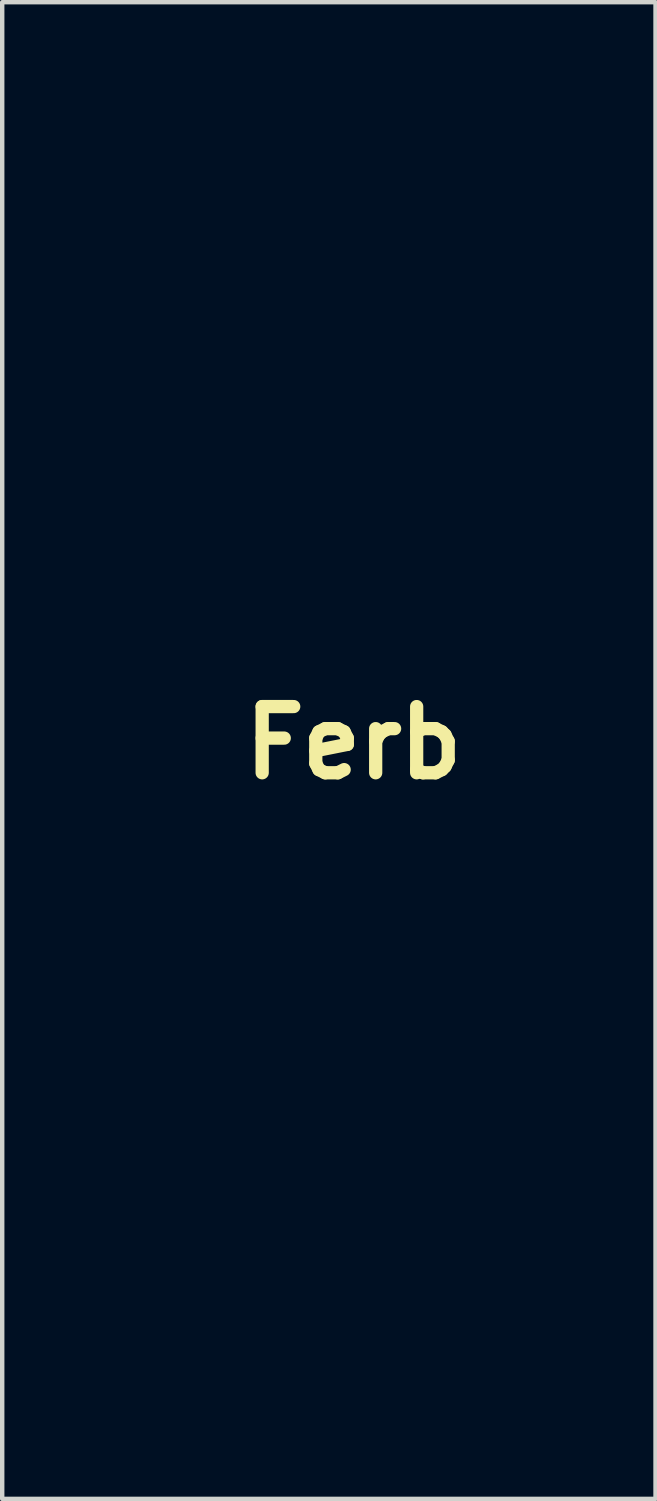
<source format=kicad_pcb>
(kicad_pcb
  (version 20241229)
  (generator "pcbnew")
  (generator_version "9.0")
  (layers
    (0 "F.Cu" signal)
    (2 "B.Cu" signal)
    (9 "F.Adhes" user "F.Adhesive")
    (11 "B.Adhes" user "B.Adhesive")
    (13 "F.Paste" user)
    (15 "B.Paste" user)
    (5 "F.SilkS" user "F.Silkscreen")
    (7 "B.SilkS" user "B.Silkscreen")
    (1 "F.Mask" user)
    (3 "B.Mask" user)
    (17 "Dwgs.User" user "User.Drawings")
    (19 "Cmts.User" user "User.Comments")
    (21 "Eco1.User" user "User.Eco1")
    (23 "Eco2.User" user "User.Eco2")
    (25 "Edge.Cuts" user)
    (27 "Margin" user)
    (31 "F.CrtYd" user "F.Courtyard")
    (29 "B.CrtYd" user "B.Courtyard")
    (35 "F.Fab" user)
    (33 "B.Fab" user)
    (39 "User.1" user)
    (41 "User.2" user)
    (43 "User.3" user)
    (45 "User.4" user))
  (footprint "Ferb"
    (layer "F.Cu")
    (at 4.961 13.779)
    (property "Reference" "Ferb" (at 0 0 0) (layer "F.SilkS") (effects (font (size 1.5 1.5) (thickness 0.3))))
    (attr board_only exclude_from_pos_files exclude_from_bom)
    (fp_poly (pts (xy -0.847 -6.477) (xy -0.889 -6.435) (xy -0.931 -6.477) (xy -0.889 -6.519)) (stroke (width 0) (type solid)) (fill yes) (layer "F.Mask"))
    (fp_poly (pts (xy 0.433 -7.923) (xy 0.542 -7.807) (xy 0.528 -7.628) (xy 0.398 -7.432) (xy 0.206 -7.392) (xy 0.106 -7.422) (xy 0.024 -7.53) (xy 0 -7.668) (xy 0.029 -7.761) (xy 0.282 -7.761) (xy 0.294 -7.711) (xy 0.339 -7.705) (xy 0.408 -7.736) (xy 0.395 -7.761) (xy 0.295 -7.771) (xy 0.282 -7.761) (xy 0.029 -7.761) (xy 0.054 -7.841) (xy 0.221 -7.926)) (stroke (width 0) (type solid)) (fill yes) (layer "F.Mask"))
    (fp_poly (pts (xy 2.088 -5.502) (xy 2.106 -5.391) (xy 2.124 -5.233) (xy 2.155 -5.142) (xy 2.16 -4.947) (xy 2.116 -4.867) (xy 1.998 -4.784) (xy 1.855 -4.744) (xy 1.747 -4.754) (xy 1.732 -4.82) (xy 1.736 -4.826) (xy 1.858 -4.904) (xy 1.91 -4.911) (xy 2.019 -4.959) (xy 2.008 -5.058) (xy 1.903 -5.135) (xy 1.82 -5.204) (xy 1.872 -5.303) (xy 1.922 -5.387) (xy 1.837 -5.379) (xy 1.811 -5.371) (xy 1.701 -5.341) (xy 1.723 -5.377) (xy 1.812 -5.451) (xy 1.978 -5.536)) (stroke (width 0) (type solid)) (fill yes) (layer "F.Mask"))
    (fp_poly (pts (xy -0.734 -13.752) (xy 0.093 -13.569) (xy 0.77 -13.288) (xy 1.287 -13.028) (xy 1.581 -13.372) (xy 1.794 -13.589) (xy 1.963 -13.702) (xy 2.066 -13.705) (xy 2.084 -13.592) (xy 2.067 -13.525) (xy 1.981 -13.223) (xy 1.927 -12.963) (xy 1.912 -12.791) (xy 1.924 -12.752) (xy 2.024 -12.748) (xy 2.173 -12.79) (xy 2.438 -12.847) (xy 2.762 -12.856) (xy 3.098 -12.824) (xy 3.399 -12.757) (xy 3.616 -12.662) (xy 3.699 -12.57) (xy 3.643 -12.498) (xy 3.469 -12.417) (xy 3.36 -12.383) (xy 3.087 -12.287) (xy 2.857 -12.167) (xy 2.81 -12.133) (xy 2.627 -11.98) (xy 2.923 -11.543) (xy 3.085 -11.271) (xy 3.212 -11.002) (xy 3.289 -10.772) (xy 3.302 -10.622) (xy 3.263 -10.583) (xy 3.169 -10.634) (xy 2.995 -10.765) (xy 2.854 -10.881) (xy 2.629 -11.054) (xy 2.497 -11.104) (xy 2.451 -11.072) (xy 2.418 -10.942) (xy 2.373 -10.668) (xy 2.319 -10.276) (xy 2.259 -9.792) (xy 2.196 -9.24) (xy 2.132 -8.645) (xy 2.072 -8.034) (xy 2.017 -7.43) (xy 2.003 -7.263) (xy 1.899 -6.017) (xy 2.126 -5.967) (xy 2.425 -5.828) (xy 2.603 -5.572) (xy 2.659 -5.201) (xy 2.659 -5.192) (xy 2.586 -4.822) (xy 2.399 -4.55) (xy 2.12 -4.399) (xy 1.915 -4.377) (xy 1.623 -4.385) (xy 1.567 -3.569) (xy 1.538 -3.172) (xy 1.497 -2.666) (xy 1.45 -2.113) (xy 1.402 -1.571) (xy 1.393 -1.482) (xy 1.349 -0.961) (xy 1.309 -0.43) (xy 1.279 0.057) (xy 1.261 0.443) (xy 1.259 0.508) (xy 1.243 1.228) (xy 1.553 1.254) (xy 1.783 1.299) (xy 1.857 1.378) (xy 1.768 1.482) (xy 1.725 1.508) (xy 1.636 1.579) (xy 1.633 1.667) (xy 1.729 1.795) (xy 1.94 1.986) (xy 2.108 2.125) (xy 2.364 2.36) (xy 2.634 2.651) (xy 2.89 2.961) (xy 3.104 3.256) (xy 3.249 3.499) (xy 3.296 3.642) (xy 3.255 3.787) (xy 3.143 3.999) (xy 3.089 4.085) (xy 2.875 4.398) (xy 3.05 4.917) (xy 3.148 5.258) (xy 3.247 5.684) (xy 3.327 6.11) (xy 3.337 6.168) (xy 3.414 6.584) (xy 3.516 7.011) (xy 3.623 7.366) (xy 3.639 7.408) (xy 3.759 7.782) (xy 3.827 8.103) (xy 3.84 8.343) (xy 3.794 8.473) (xy 3.739 8.485) (xy 3.63 8.535) (xy 3.583 8.628) (xy 3.494 8.812) (xy 3.382 8.853) (xy 3.268 8.77) (xy 3.178 8.584) (xy 3.134 8.312) (xy 3.133 8.256) (xy 3.113 8.06) (xy 3.061 7.996) (xy 3.048 8.001) (xy 2.985 8.116) (xy 2.963 8.285) (xy 2.908 8.541) (xy 2.759 8.694) (xy 2.639 8.721) (xy 2.577 8.691) (xy 2.551 8.581) (xy 2.556 8.359) (xy 2.577 8.127) (xy 2.635 7.534) (xy 2.416 7.634) (xy 2.2 7.687) (xy 2.112 7.649) (xy 2.063 7.502) (xy 2.245 7.502) (xy 2.344 7.513) (xy 2.469 7.49) (xy 2.736 7.431) (xy 2.683 7.991) (xy 2.67 8.285) (xy 2.688 8.483) (xy 2.728 8.565) (xy 2.782 8.514) (xy 2.839 8.319) (xy 2.898 8.054) (xy 2.952 7.832) (xy 3.016 7.578) (xy 3.159 7.849) (xy 3.26 8.129) (xy 3.302 8.42) (xy 3.328 8.625) (xy 3.389 8.721) (xy 3.462 8.684) (xy 3.493 8.615) (xy 3.496 8.477) (xy 3.463 8.239) (xy 3.427 8.067) (xy 3.38 7.796) (xy 3.39 7.682) (xy 3.444 7.726) (xy 3.529 7.929) (xy 3.567 8.047) (xy 3.645 8.255) (xy 3.719 8.372) (xy 3.739 8.382) (xy 3.803 8.323) (xy 3.773 8.139) (xy 3.649 7.824) (xy 3.639 7.801) (xy 3.452 7.3) (xy 3.293 6.698) (xy 3.178 6.064) (xy 3.171 6.011) (xy 3.112 5.688) (xy 3.014 5.293) (xy 2.903 4.924) (xy 2.8 4.61) (xy 2.749 4.413) (xy 2.747 4.29) (xy 2.792 4.198) (xy 2.859 4.12) (xy 3.022 3.923) (xy 3.082 3.819) (xy 3.042 3.823) (xy 2.902 3.947) (xy 2.846 4.005) (xy 2.62 4.282) (xy 2.543 4.481) (xy 2.612 4.606) (xy 2.613 4.607) (xy 2.676 4.721) (xy 2.743 4.968) (xy 2.808 5.309) (xy 2.863 5.709) (xy 2.903 6.129) (xy 2.911 6.249) (xy 2.923 6.581) (xy 2.909 6.791) (xy 2.86 6.926) (xy 2.77 7.032) (xy 2.587 7.171) (xy 2.448 7.241) (xy 2.295 7.348) (xy 2.252 7.418) (xy 2.245 7.502) (xy 2.063 7.502) (xy 2.062 7.497) (xy 2.174 7.309) (xy 2.446 7.086) (xy 2.474 7.068) (xy 2.818 6.84) (xy 2.764 6.108) (xy 2.729 5.726) (xy 2.681 5.368) (xy 2.632 5.099) (xy 2.62 5.053) (xy 2.55 4.848) (xy 2.467 4.768) (xy 2.321 4.776) (xy 2.279 4.785) (xy 2.113 4.804) (xy 2.007 4.744) (xy 1.933 4.614) (xy 2.286 4.614) (xy 2.328 4.657) (xy 2.371 4.614) (xy 2.328 4.572) (xy 2.286 4.614) (xy 1.933 4.614) (xy 1.907 4.568) (xy 1.882 4.516) (xy 1.841 4.429) (xy 1.808 4.383) (xy 1.782 4.391) (xy 1.762 4.469) (xy 1.746 4.633) (xy 1.732 4.897) (xy 1.721 5.278) (xy 1.711 5.79) (xy 1.699 6.449) (xy 1.693 6.816) (xy 1.68 7.57) (xy 1.667 8.173) (xy 1.652 8.646) (xy 1.634 9.006) (xy 1.612 9.274) (xy 1.585 9.468) (xy 1.552 9.608) (xy 1.511 9.712) (xy 1.504 9.725) (xy 1.433 9.899) (xy 1.396 10.1) (xy 1.389 10.374) (xy 1.409 10.769) (xy 1.41 10.784) (xy 1.441 11.136) (xy 1.481 11.428) (xy 1.522 11.616) (xy 1.539 11.655) (xy 1.578 11.804) (xy 1.561 11.972) (xy 1.476 12.14) (xy 1.302 12.191) (xy 1.27 12.192) (xy 1.082 12.23) (xy 0.976 12.362) (xy 0.934 12.619) (xy 0.931 12.749) (xy 0.94 12.926) (xy 0.995 13.011) (xy 1.143 13.037) (xy 1.318 13.039) (xy 1.675 13.077) (xy 2.027 13.179) (xy 2.328 13.325) (xy 2.534 13.495) (xy 2.594 13.607) (xy 2.606 13.818) (xy 2.508 13.963) (xy 2.283 14.051) (xy 1.916 14.089) (xy 1.669 14.092) (xy 1.214 14.072) (xy 0.865 14.011) (xy 0.572 13.906) (xy 0.325 13.773) (xy 0.198 13.627) (xy 0.196 13.612) (xy 0.387 13.612) (xy 0.398 13.64) (xy 0.581 13.744) (xy 0.879 13.836) (xy 1.244 13.908) (xy 1.626 13.955) (xy 1.975 13.968) (xy 2.241 13.943) (xy 2.341 13.905) (xy 2.31 13.876) (xy 2.142 13.852) (xy 1.869 13.837) (xy 1.749 13.834) (xy 1.273 13.805) (xy 0.863 13.737) (xy 0.791 13.716) (xy 1.74 13.716) (xy 2.051 13.716) (xy 2.267 13.696) (xy 2.401 13.647) (xy 2.41 13.636) (xy 2.385 13.541) (xy 2.278 13.458) (xy 2.123 13.408) (xy 1.984 13.476) (xy 1.918 13.538) (xy 1.74 13.716) (xy 0.791 13.716) (xy 0.678 13.683) (xy 0.478 13.618) (xy 0.387 13.612) (xy 0.196 13.612) (xy 0.178 13.425) (xy 0.218 13.267) (xy 0.433 13.267) (xy 0.512 13.281) (xy 0.628 13.241) (xy 0.745 13.133) (xy 0.762 13.066) (xy 0.709 12.975) (xy 0.592 12.978) (xy 0.48 13.059) (xy 0.439 13.145) (xy 0.433 13.267) (xy 0.218 13.267) (xy 0.253 13.129) (xy 0.299 12.996) (xy 0.362 12.765) (xy 0.531 12.765) (xy 0.644 12.771) (xy 0.776 12.675) (xy 0.831 12.466) (xy 0.827 12.267) (xy 0.754 12.194) (xy 0.725 12.192) (xy 0.616 12.262) (xy 0.593 12.354) (xy 0.564 12.573) (xy 0.538 12.659) (xy 0.531 12.765) (xy 0.362 12.765) (xy 0.398 12.635) (xy 0.412 12.357) (xy 0.341 12.189) (xy 0.296 12.161) (xy 0.208 12.054) (xy 0.172 11.87) (xy 0.19 11.686) (xy 0.267 11.581) (xy 0.27 11.58) (xy 0.326 11.484) (xy 0.371 11.273) (xy 0.4 11) (xy 0.41 10.718) (xy 0.396 10.483) (xy 0.359 10.351) (xy 0.238 10.282) (xy 0.013 10.226) (xy -0.26 10.188) (xy -0.524 10.176) (xy -0.723 10.193) (xy -0.795 10.23) (xy -0.834 10.357) (xy -0.88 10.599) (xy -0.92 10.884) (xy -0.95 11.203) (xy -0.944 11.389) (xy -0.898 11.477) (xy -0.875 11.489) (xy -0.786 11.601) (xy -0.764 11.789) (xy -0.804 11.975) (xy -0.899 12.08) (xy -0.983 12.151) (xy -1.004 12.304) (xy -0.985 12.503) (xy -0.925 12.794) (xy -0.84 13.055) (xy -0.817 13.104) (xy -0.74 13.311) (xy -0.768 13.467) (xy -0.92 13.609) (xy -1.172 13.75) (xy -1.656 13.944) (xy -2.185 14.073) (xy -2.702 14.128) (xy -3.149 14.101) (xy -3.238 14.081) (xy -3.376 13.97) (xy -3.409 13.879) (xy -3.261 13.879) (xy -3.257 13.89) (xy -3.14 13.942) (xy -2.904 13.965) (xy -2.597 13.961) (xy -2.266 13.932) (xy -1.958 13.877) (xy -1.85 13.849) (xy -1.484 13.721) (xy -1.172 13.58) (xy -0.956 13.447) (xy -0.89 13.379) (xy -0.928 13.367) (xy -1.079 13.421) (xy -1.245 13.498) (xy -1.641 13.658) (xy -2.094 13.782) (xy -2.54 13.856) (xy -2.917 13.869) (xy -3.008 13.859) (xy -3.198 13.845) (xy -3.261 13.879) (xy -3.409 13.879) (xy -3.447 13.775) (xy -3.437 13.66) (xy -3.245 13.66) (xy -3.141 13.693) (xy -2.952 13.712) (xy -2.744 13.715) (xy -2.586 13.7) (xy -2.54 13.676) (xy -2.603 13.606) (xy -2.748 13.499) (xy -2.917 13.412) (xy -3.047 13.432) (xy -3.128 13.483) (xy -3.239 13.593) (xy -3.245 13.66) (xy -3.437 13.66) (xy -3.43 13.576) (xy -3.393 13.513) (xy -3.206 13.371) (xy -2.901 13.229) (xy -2.527 13.104) (xy -2.137 13.015) (xy -1.986 12.994) (xy -1.633 12.954) (xy -1.27 12.954) (xy -1.201 13.029) (xy -1.143 13.039) (xy -1.03 12.993) (xy -1.016 12.954) (xy -1.085 12.879) (xy -1.143 12.869) (xy -1.256 12.915) (xy -1.27 12.954) (xy -1.633 12.954) (xy -1.476 12.936) (xy -1.521 12.543) (xy -1.558 12.302) (xy -1.589 12.242) (xy -1.417 12.242) (xy -1.406 12.326) (xy -1.359 12.517) (xy -1.355 12.58) (xy -1.286 12.684) (xy -1.219 12.7) (xy -1.123 12.65) (xy -1.134 12.566) (xy -1.181 12.375) (xy -1.185 12.312) (xy -1.254 12.208) (xy -1.321 12.192) (xy -1.417 12.242) (xy -1.589 12.242) (xy -1.619 12.183) (xy -1.743 12.135) (xy -1.841 12.123) (xy -2.029 12.087) (xy -2.104 11.991) (xy -2.117 11.811) (xy -2.094 11.602) (xy -2.038 11.477) (xy -2.032 11.472) (xy -1.981 11.363) (xy -1.951 11.148) (xy -1.947 11.041) (xy -1.919 10.745) (xy -1.845 10.388) (xy -1.779 10.164) (xy -1.69 9.878) (xy -1.658 9.692) (xy -1.681 9.548) (xy -1.737 9.426) (xy -1.806 9.184) (xy -1.848 8.786) (xy -1.861 8.243) (xy -1.846 7.568) (xy -1.802 6.772) (xy -1.779 6.46) (xy -1.743 5.986) (xy -1.706 5.513) (xy -1.674 5.099) (xy -1.653 4.82) (xy -1.641 4.45) (xy -1.676 4.209) (xy -1.729 4.101) (xy -1.824 3.992) (xy -1.911 4.004) (xy -2.017 4.093) (xy -2.147 4.192) (xy -2.259 4.189) (xy -2.409 4.101) (xy -2.597 3.946) (xy -2.715 3.8) (xy -2.781 3.705) (xy -2.872 3.693) (xy -3.046 3.764) (xy -3.086 3.783) (xy -3.314 3.868) (xy -3.502 3.86) (xy -3.627 3.816) (xy -3.843 3.646) (xy -4.036 3.344) (xy -4.188 2.949) (xy -4.279 2.497) (xy -4.282 2.479) (xy -4.331 2.066) (xy -4.375 1.79) (xy -4.422 1.622) (xy -4.482 1.531) (xy -4.563 1.485) (xy -4.577 1.48) (xy -4.797 1.341) (xy -4.927 1.123) (xy -4.956 0.911) (xy -4.827 0.911) (xy -4.806 1.103) (xy -4.724 1.253) (xy -4.6 1.307) (xy -4.556 1.273) (xy -4.384 1.273) (xy -4.372 1.45) (xy -4.331 1.524) (xy -4.331 1.524) (xy -4.294 1.602) (xy -4.245 1.811) (xy -4.192 2.113) (xy -4.166 2.294) (xy -4.064 2.877) (xy -3.933 3.299) (xy -3.767 3.572) (xy -3.56 3.703) (xy -3.302 3.701) (xy -3.097 3.628) (xy -2.944 3.529) (xy -2.944 3.457) (xy -3.085 3.429) (xy -3.254 3.445) (xy -3.433 3.461) (xy -3.55 3.413) (xy -3.655 3.266) (xy -3.732 3.121) (xy -3.858 2.788) (xy -3.951 2.37) (xy -3.977 2.159) (xy -4.003 1.844) (xy -3.998 1.645) (xy -3.951 1.509) (xy -3.85 1.384) (xy -3.794 1.327) (xy -3.617 1.104) (xy -3.556 0.928) (xy -3.604 0.824) (xy -3.757 0.82) (xy -3.893 0.873) (xy -4.065 0.987) (xy -4.135 1.085) (xy -4.094 1.134) (xy -3.944 1.103) (xy -3.773 1.062) (xy -3.725 1.111) (xy -3.796 1.203) (xy -3.895 1.245) (xy -4.032 1.312) (xy -4.064 1.365) (xy -4.129 1.437) (xy -4.149 1.439) (xy -4.218 1.369) (xy -4.233 1.275) (xy -4.265 1.102) (xy -4.33 1.08) (xy -4.379 1.208) (xy -4.384 1.273) (xy -4.556 1.273) (xy -4.519 1.245) (xy -4.53 1.118) (xy -4.56 1.073) (xy -4.62 0.902) (xy -4.618 0.889) (xy -4.572 0.889) (xy -4.53 0.931) (xy -4.487 0.889) (xy -4.53 0.847) (xy -4.572 0.889) (xy -4.618 0.889) (xy -4.607 0.815) (xy -4.611 0.71) (xy -4.455 0.71) (xy -4.436 0.798) (xy -4.336 0.928) (xy -4.233 0.92) (xy -4.188 0.795) (xy -4.199 0.72) (xy -4.209 0.551) (xy -4.153 0.508) (xy -4.094 0.457) (xy -4.106 0.423) (xy -4.213 0.354) (xy -4.33 0.407) (xy -4.423 0.539) (xy -4.455 0.71) (xy -4.611 0.71) (xy -4.611 0.699) (xy -4.69 0.677) (xy -4.787 0.747) (xy -4.827 0.911) (xy -4.956 0.911) (xy -4.961 0.877) (xy -4.891 0.653) (xy -4.718 0.505) (xy -4.488 0.391) (xy -4.36 0.318) (xy -4.222 0.233) (xy -4.171 0.206) (xy -4.184 0.133) (xy -4.242 -0.039) (xy -4.253 -0.068) (xy -4.311 -0.276) (xy -4.306 -0.294) (xy -4.136 -0.294) (xy -4.117 -0.129) (xy -4.105 -0.077) (xy -4.055 0.216) (xy -4.035 0.487) (xy -4.021 0.691) (xy -3.964 0.752) (xy -3.838 0.696) (xy -3.831 0.692) (xy -3.777 0.616) (xy -3.783 0.466) (xy -3.851 0.2) (xy -3.854 0.189) (xy -3.945 -0.068) (xy -4.033 -0.246) (xy -4.102 -0.327) (xy -4.136 -0.294) (xy -4.306 -0.294) (xy -4.28 -0.403) (xy -4.245 -0.443) (xy -4.125 -0.466) (xy -3.981 -0.361) (xy -3.84 -0.161) (xy -3.727 0.1) (xy -3.675 0.317) (xy -3.626 0.55) (xy -3.567 0.702) (xy -3.546 0.726) (xy -3.473 0.86) (xy -3.497 1.074) (xy -3.607 1.317) (xy -3.694 1.437) (xy -3.822 1.608) (xy -3.879 1.767) (xy -3.881 1.983) (xy -3.861 2.178) (xy -3.797 2.527) (xy -3.699 2.876) (xy -3.644 3.018) (xy -3.54 3.236) (xy -3.453 3.329) (xy -3.338 3.328) (xy -3.236 3.296) (xy -3.062 3.207) (xy -3.018 3.079) (xy -3.023 3.044) (xy -2.777 3.044) (xy -2.774 3.216) (xy -2.687 3.437) (xy -2.657 3.497) (xy -2.47 3.818) (xy -2.313 3.98) (xy -2.178 3.99) (xy -2.146 3.969) (xy -2.046 3.825) (xy -2.032 3.757) (xy -1.962 3.662) (xy -1.865 3.641) (xy -1.705 3.569) (xy -1.572 3.408) (xy -1.485 3.258) (xy -1.451 3.25) (xy -1.443 3.365) (xy -1.421 3.484) (xy -1.33 3.54) (xy -1.125 3.556) (xy -1.061 3.556) (xy -0.81 3.572) (xy -0.665 3.638) (xy -0.57 3.772) (xy -0.456 3.988) (xy -0.335 3.762) (xy -0.275 3.658) (xy -0.203 3.594) (xy -0.083 3.562) (xy 0.119 3.555) (xy 0.44 3.567) (xy 0.609 3.575) (xy 0.985 3.591) (xy 1.22 3.593) (xy 1.341 3.576) (xy 1.376 3.536) (xy 1.353 3.469) (xy 1.348 3.458) (xy 1.309 3.327) (xy 1.351 3.302) (xy 1.446 3.372) (xy 1.589 3.553) (xy 1.751 3.806) (xy 1.907 4.089) (xy 2.005 4.3) (xy 2.127 4.591) (xy 2.312 4.34) (xy 2.502 4.121) (xy 2.74 3.893) (xy 2.794 3.848) (xy 2.978 3.699) (xy 3.099 3.603) (xy 3.12 3.587) (xy 3.091 3.514) (xy 2.977 3.348) (xy 2.806 3.123) (xy 2.606 2.873) (xy 2.403 2.633) (xy 2.225 2.436) (xy 2.147 2.358) (xy 1.9 2.155) (xy 1.63 1.969) (xy 1.615 1.96) (xy 1.324 1.787) (xy 0.793 2.084) (xy 0.262 2.381) (xy -0.057 2.088) (xy -0.377 1.795) (xy -0.743 2.058) (xy -0.974 2.21) (xy -1.125 2.264) (xy -1.244 2.236) (xy -1.266 2.223) (xy -1.365 2.189) (xy -1.501 2.21) (xy -1.705 2.296) (xy -2.01 2.458) (xy -2.108 2.513) (xy -2.461 2.723) (xy -2.678 2.889) (xy -2.777 3.044) (xy -3.023 3.044) (xy -3.028 3.003) (xy -3.023 2.841) (xy -2.903 2.738) (xy -2.825 2.706) (xy -2.627 2.618) (xy -2.345 2.476) (xy -2.049 2.316) (xy -1.515 2.019) (xy -1.901 1.68) (xy -2.105 1.488) (xy -2.219 1.362) (xy -1.99 1.362) (xy -1.573 1.736) (xy -1.349 1.918) (xy -1.165 2.033) (xy -1.065 2.055) (xy -0.941 1.972) (xy -0.752 1.835) (xy -0.712 1.805) (xy -0.527 1.679) (xy -0.4 1.612) (xy -0.384 1.609) (xy -0.286 1.66) (xy -0.115 1.79) (xy -0.029 1.863) (xy 0.157 2.015) (xy 0.291 2.106) (xy 0.32 2.117) (xy 0.417 2.075) (xy 0.616 1.966) (xy 0.877 1.811) (xy 0.911 1.79) (xy 1.442 1.464) (xy 0.869 1.41) (xy 0.559 1.389) (xy 0.135 1.373) (xy -0.349 1.362) (xy -0.835 1.359) (xy -0.847 1.359) (xy -1.99 1.362) (xy -2.219 1.362) (xy -2.245 1.334) (xy -2.286 1.263) (xy -2.209 1.222) (xy -2.009 1.194) (xy -1.778 1.185) (xy -1.27 1.185) (xy -1.27 0.169) (xy -1.27 -0.847) (xy -1.482 -0.847) (xy -1.638 -0.874) (xy -1.681 -0.969) (xy -1.612 -1.156) (xy -1.503 -1.345) (xy -1.414 -1.508) (xy -1.359 -1.677) (xy -1.332 -1.897) (xy -1.327 -2.213) (xy -1.331 -2.488) (xy -1.341 -2.949) (xy -1.361 -3.268) (xy -1.419 -3.471) (xy -1.538 -3.583) (xy -1.746 -3.631) (xy -2.066 -3.642) (xy -2.455 -3.641) (xy -2.886 -3.643) (xy -3.184 -3.653) (xy -3.385 -3.678) (xy -3.525 -3.724) (xy -3.641 -3.796) (xy -3.711 -3.853) (xy -3.935 -4.134) (xy -4.067 -4.5) (xy -4.128 -4.942) (xy -4.131 -5.415) (xy -3.983 -5.415) (xy -3.976 -4.953) (xy -3.922 -4.531) (xy -3.821 -4.19) (xy -3.671 -3.97) (xy -3.67 -3.968) (xy -3.504 -3.907) (xy -3.17 -3.856) (xy -2.668 -3.818) (xy -2.446 -3.807) (xy -2.032 -3.784) (xy -1.68 -3.755) (xy -1.424 -3.725) (xy -1.299 -3.697) (xy -1.294 -3.693) (xy -1.265 -3.587) (xy -1.237 -3.348) (xy -1.213 -3.013) (xy -1.198 -2.662) (xy -1.187 -2.23) (xy -1.192 -1.928) (xy -1.215 -1.717) (xy -1.262 -1.556) (xy -1.338 -1.406) (xy -1.346 -1.393) (xy -1.479 -1.146) (xy -1.504 -1.006) (xy -1.413 -0.942) (xy -1.206 -0.925) (xy -1.031 -0.911) (xy -0.979 -0.885) (xy -0.995 -0.875) (xy -1.044 -0.798) (xy -1.077 -0.601) (xy -1.096 -0.269) (xy -1.101 0.174) (xy -1.101 1.18) (xy -0.148 1.207) (xy 0.243 1.219) (xy 0.574 1.232) (xy 0.808 1.244) (xy 0.901 1.252) (xy 1.01 1.201) (xy 1.049 1.136) (xy 1.076 0.986) (xy 1.094 0.725) (xy 1.101 0.428) (xy 1.109 0.13) (xy 1.132 -0.286) (xy 1.167 -0.772) (xy 1.21 -1.277) (xy 1.223 -1.406) (xy 1.305 -2.273) (xy 1.371 -3.016) (xy 1.421 -3.626) (xy 1.453 -4.093) (xy 1.468 -4.408) (xy 1.467 -4.541) (xy 1.469 -4.659) (xy 1.533 -4.674) (xy 1.696 -4.6) (xy 1.974 -4.538) (xy 2.222 -4.613) (xy 2.416 -4.792) (xy 2.53 -5.045) (xy 2.541 -5.34) (xy 2.458 -5.584) (xy 2.29 -5.738) (xy 2.045 -5.805) (xy 1.797 -5.766) (xy 1.769 -5.753) (xy 1.597 -5.696) (xy 1.539 -5.75) (xy 1.615 -5.893) (xy 1.625 -5.905) (xy 1.684 -6.03) (xy 1.738 -6.272) (xy 1.788 -6.645) (xy 1.837 -7.165) (xy 1.856 -7.408) (xy 1.9 -7.951) (xy 1.952 -8.51) (xy 2.006 -9.03) (xy 2.056 -9.456) (xy 2.071 -9.567) (xy 2.151 -10.137) (xy 2.207 -10.561) (xy 2.241 -10.862) (xy 2.254 -11.062) (xy 2.249 -11.184) (xy 2.225 -11.249) (xy 2.184 -11.281) (xy 2.172 -11.286) (xy 2.1 -11.279) (xy 2.078 -11.159) (xy 2.089 -10.979) (xy 2.091 -10.726) (xy 2.053 -10.532) (xy 2.036 -10.499) (xy 1.962 -10.436) (xy 1.87 -10.483) (xy 1.746 -10.626) (xy 1.505 -10.93) (xy 1.342 -11.124) (xy 1.223 -11.229) (xy 1.117 -11.262) (xy 0.991 -11.245) (xy 0.813 -11.196) (xy 0.796 -11.192) (xy 0.509 -11.085) (xy 0.167 -10.915) (xy -0.115 -10.746) (xy -0.433 -10.554) (xy -0.639 -10.483) (xy -0.739 -10.534) (xy -0.742 -10.711) (xy -0.697 -10.887) (xy -0.603 -11.195) (xy -0.847 -11.146) (xy -1.102 -11.077) (xy -1.373 -10.98) (xy -1.375 -10.979) (xy -1.554 -10.89) (xy -1.628 -10.782) (xy -1.631 -10.59) (xy -1.624 -10.511) (xy -1.588 -10.307) (xy -1.537 -10.207) (xy -1.517 -10.207) (xy -1.391 -10.223) (xy -1.177 -10.202) (xy -1.132 -10.195) (xy -0.818 -10.07) (xy -0.5 -9.839) (xy -0.235 -9.553) (xy -0.09 -9.287) (xy -0.003 -9.101) (xy 0.133 -9.025) (xy 0.299 -9.011) (xy 0.657 -8.924) (xy 0.984 -8.705) (xy 1.244 -8.389) (xy 1.396 -8.013) (xy 1.407 -7.954) (xy 1.401 -7.479) (xy 1.24 -7.012) (xy 0.933 -6.585) (xy 0.892 -6.542) (xy 0.664 -6.332) (xy 0.482 -6.223) (xy 0.284 -6.184) (xy 0.172 -6.181) (xy -0.301 -6.254) (xy -0.688 -6.471) (xy -0.921 -6.731) (xy -1.122 -7.027) (xy -2.243 -7.027) (xy -2.709 -7.025) (xy -3.039 -7.014) (xy -3.264 -6.991) (xy -3.417 -6.952) (xy -3.531 -6.893) (xy -3.58 -6.857) (xy -3.744 -6.639) (xy -3.866 -6.298) (xy -3.947 -5.877) (xy -3.983 -5.415) (xy -4.131 -5.415) (xy -4.131 -5.456) (xy -4.081 -5.975) (xy -3.982 -6.433) (xy -3.911 -6.629) (xy -3.778 -6.881) (xy -3.63 -7.022) (xy -3.415 -7.105) (xy -3.157 -7.165) (xy -2.94 -7.195) (xy -2.912 -7.196) (xy -2.812 -7.206) (xy -2.774 -7.26) (xy -2.79 -7.4) (xy -2.85 -7.641) (xy -2.891 -7.984) (xy -2.76 -7.984) (xy -2.75 -7.923) (xy -2.679 -7.595) (xy -2.597 -7.389) (xy -2.466 -7.274) (xy -2.249 -7.223) (xy -1.908 -7.206) (xy -1.822 -7.204) (xy -1.477 -7.199) (xy -1.271 -7.208) (xy -1.171 -7.238) (xy -1.146 -7.294) (xy -1.156 -7.349) (xy -1.209 -7.423) (xy -0.931 -7.423) (xy -0.917 -7.16) (xy -0.851 -6.971) (xy -0.701 -6.779) (xy -0.603 -6.679) (xy -0.378 -6.477) (xy -0.187 -6.379) (xy 0.039 -6.35) (xy 0.074 -6.35) (xy 0.331 -6.378) (xy 0.552 -6.485) (xy 0.751 -6.646) (xy 1.056 -7.017) (xy 1.217 -7.431) (xy 1.233 -7.856) (xy 1.102 -8.261) (xy 0.853 -8.588) (xy 0.537 -8.78) (xy 0.158 -8.831) (xy -0.244 -8.737) (xy -0.303 -8.711) (xy -0.546 -8.514) (xy -0.748 -8.197) (xy -0.884 -7.81) (xy -0.931 -7.423) (xy -1.209 -7.423) (xy -1.241 -7.467) (xy -1.402 -7.47) (xy -1.59 -7.492) (xy -1.672 -7.624) (xy -1.629 -7.832) (xy -1.355 -7.832) (xy -1.312 -7.789) (xy -1.27 -7.832) (xy -1.312 -7.874) (xy -1.355 -7.832) (xy -1.629 -7.832) (xy -1.629 -7.834) (xy -1.612 -7.867) (xy -1.492 -7.99) (xy -1.339 -8.041) (xy -1.216 -8.013) (xy -1.182 -7.938) (xy -1.146 -7.936) (xy -1.061 -8.056) (xy -1.02 -8.13) (xy -0.849 -8.398) (xy -0.644 -8.641) (xy -0.445 -8.818) (xy -0.289 -8.89) (xy -0.285 -8.89) (xy -0.186 -8.941) (xy -0.193 -9.076) (xy -0.284 -9.264) (xy -0.439 -9.477) (xy -0.637 -9.683) (xy -0.858 -9.855) (xy -1.022 -9.941) (xy -1.246 -10.02) (xy -1.413 -10.03) (xy -1.608 -9.97) (xy -1.731 -9.917) (xy -2.083 -9.678) (xy -2.386 -9.318) (xy -2.616 -8.884) (xy -2.749 -8.424) (xy -2.76 -7.984) (xy -2.891 -7.984) (xy -2.918 -8.212) (xy -2.839 -8.78) (xy -2.625 -9.306) (xy -2.288 -9.754) (xy -2.123 -9.901) (xy -1.922 -10.074) (xy -1.832 -10.21) (xy -1.823 -10.362) (xy -1.836 -10.44) (xy -1.879 -10.636) (xy -1.915 -10.743) (xy -1.917 -10.745) (xy -2.005 -10.729) (xy -2.199 -10.641) (xy -2.464 -10.501) (xy -2.763 -10.327) (xy -3.061 -10.141) (xy -3.247 -10.015) (xy -3.473 -9.869) (xy -3.642 -9.784) (xy -3.709 -9.776) (xy -3.736 -9.884) (xy -3.75 -10.103) (xy -3.749 -10.278) (xy -3.674 -10.909) (xy -3.489 -11.509) (xy -3.212 -12.051) (xy -2.86 -12.507) (xy -2.45 -12.849) (xy -2.019 -13.045) (xy -1.651 -13.146) (xy -1.947 -13.255) (xy -2.216 -13.332) (xy -2.464 -13.37) (xy -2.477 -13.371) (xy -2.646 -13.401) (xy -2.709 -13.459) (xy -2.627 -13.581) (xy -2.386 -13.678) (xy -1.995 -13.747) (xy -1.614 -13.779)) (stroke (width 0) (type solid)) (fill yes) (layer "F.Mask")))
  (gr_rect
    (start -3 -3)
    (end 11.801 30.907)
    (stroke (width 0.1) (type default))
    (fill no)
    (layer "Edge.Cuts")))
</source>
